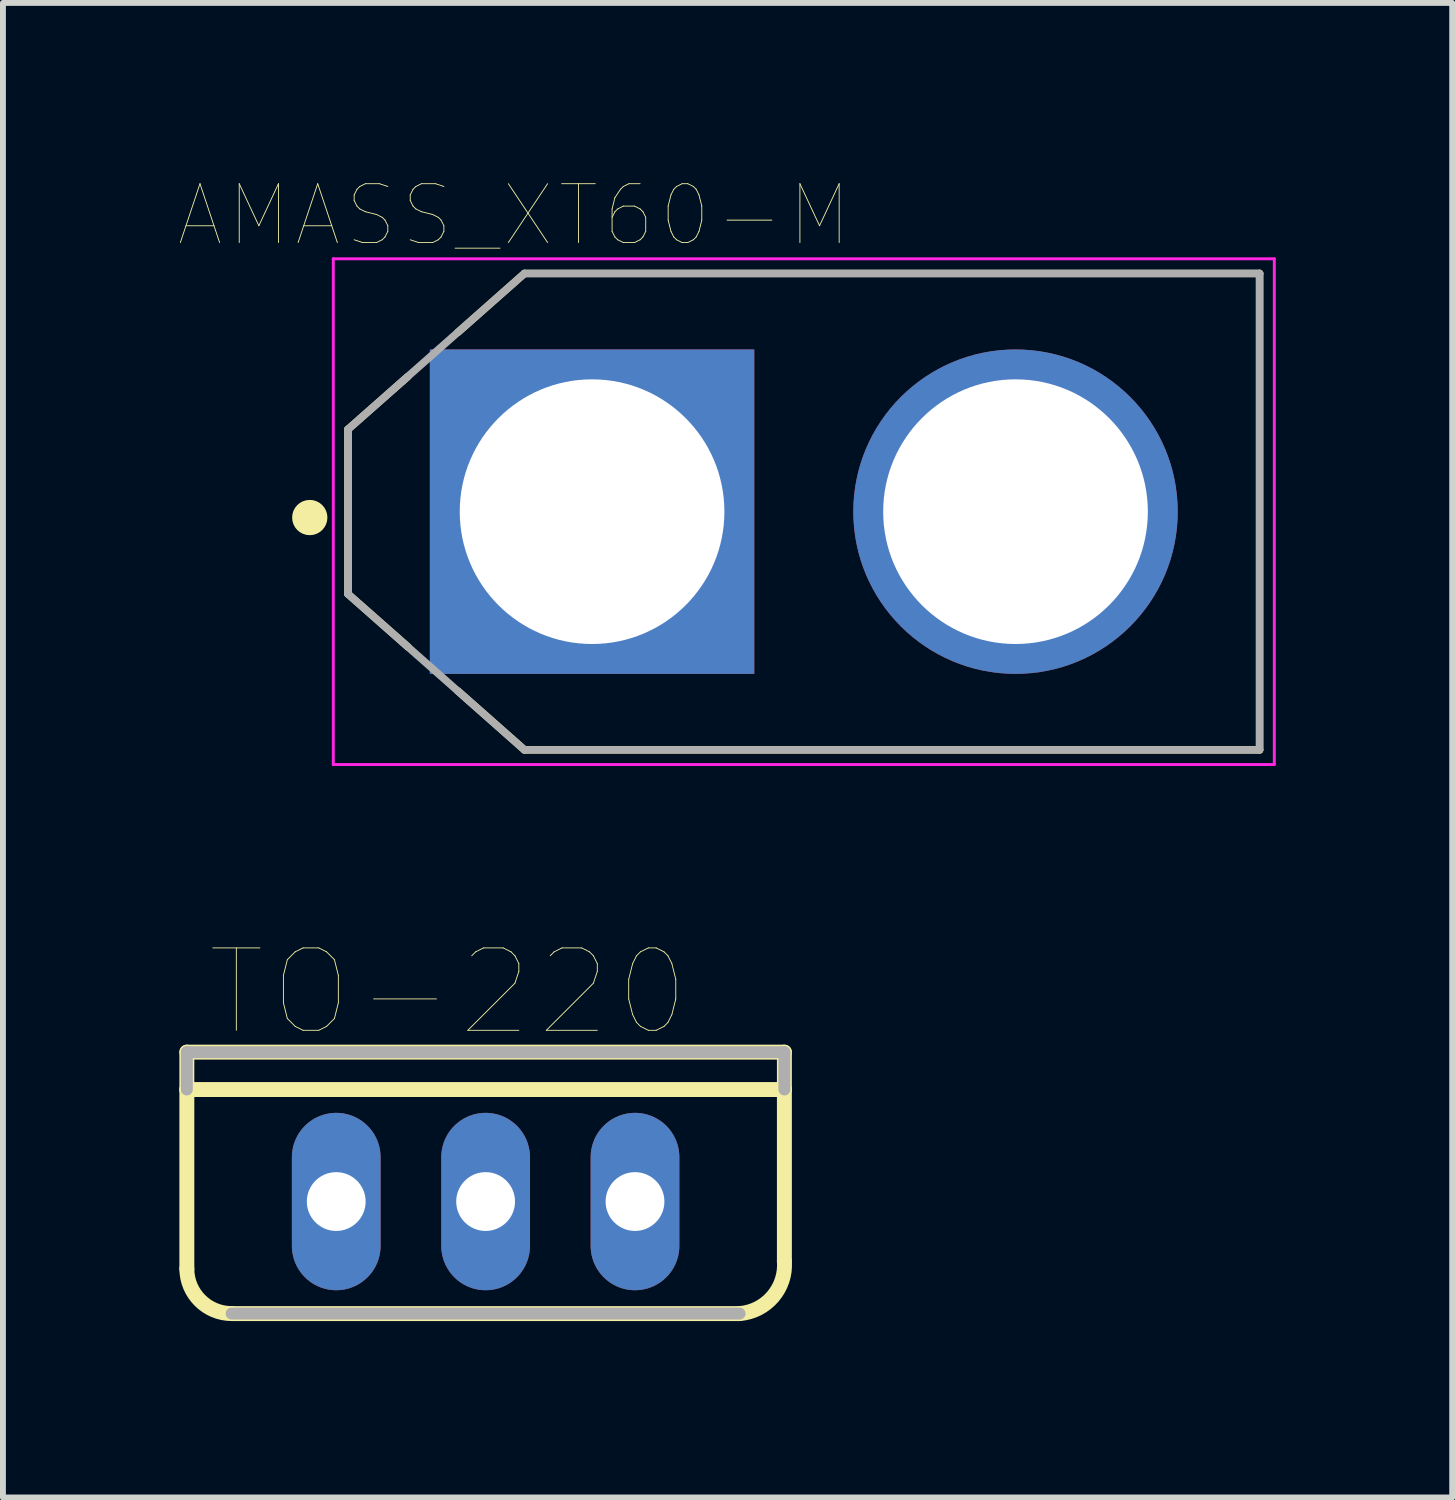
<source format=kicad_pcb>
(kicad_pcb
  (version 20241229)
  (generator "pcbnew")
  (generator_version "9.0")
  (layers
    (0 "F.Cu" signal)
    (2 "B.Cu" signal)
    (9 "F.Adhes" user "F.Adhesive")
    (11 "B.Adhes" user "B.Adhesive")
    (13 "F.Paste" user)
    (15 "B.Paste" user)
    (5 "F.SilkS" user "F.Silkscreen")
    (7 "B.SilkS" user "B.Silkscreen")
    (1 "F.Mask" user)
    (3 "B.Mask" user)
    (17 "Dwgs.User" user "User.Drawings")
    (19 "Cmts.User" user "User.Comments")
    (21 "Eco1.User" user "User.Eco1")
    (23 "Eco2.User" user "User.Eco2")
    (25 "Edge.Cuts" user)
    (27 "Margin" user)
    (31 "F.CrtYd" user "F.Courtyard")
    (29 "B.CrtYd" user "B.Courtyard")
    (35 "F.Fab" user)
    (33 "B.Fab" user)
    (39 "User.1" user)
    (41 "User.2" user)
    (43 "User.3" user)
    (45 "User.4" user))
  (footprint "AMASS_XT60-M"
    (layer "F.Cu")
    (at 10.617 5.65)
    (property "Reference" "AMASS_XT60-M" (at -4.928 -5.038 0) (layer "F.SilkS") (effects (font (size 1.001 1.001) (thickness 0.015))))
    (attr through_hole)
    (fp_line (start -7.75 -1.4) (end -6.73 -2.3) (stroke (width 0.127) (type solid)) (layer "F.SilkS"))
    (fp_line (start -7.75 1.4) (end -7.75 -1.4) (stroke (width 0.127) (type solid)) (layer "F.SilkS"))
    (fp_line (start -7.75 1.4) (end -6.73 2.3) (stroke (width 0.127) (type solid)) (layer "F.SilkS"))
    (fp_line (start -4.75 -4.05) (end -5.88 -3.05) (stroke (width 0.127) (type solid)) (layer "F.SilkS"))
    (fp_line (start -4.75 -4.05) (end 7.75 -4.05) (stroke (width 0.127) (type solid)) (layer "F.SilkS"))
    (fp_line (start -4.75 4.05) (end -5.88 3.05) (stroke (width 0.127) (type solid)) (layer "F.SilkS"))
    (fp_line (start 7.75 -4.05) (end 7.75 4.05) (stroke (width 0.127) (type solid)) (layer "F.SilkS"))
    (fp_line (start 7.75 4.05) (end -4.75 4.05) (stroke (width 0.127) (type solid)) (layer "F.SilkS"))
    (fp_circle (center -8.4 0.1) (end -8.25 0.1) (stroke (width 0.3) (type solid)) (fill no) (layer "F.SilkS"))
    (fp_line (start -8 -4.3) (end 8 -4.3) (stroke (width 0.05) (type solid)) (layer "F.CrtYd"))
    (fp_line (start -8 4.3) (end -8 -4.3) (stroke (width 0.05) (type solid)) (layer "F.CrtYd"))
    (fp_line (start 8 -4.3) (end 8 4.3) (stroke (width 0.05) (type solid)) (layer "F.CrtYd"))
    (fp_line (start 8 4.3) (end -8 4.3) (stroke (width 0.05) (type solid)) (layer "F.CrtYd"))
    (fp_line (start -7.75 1.4) (end -7.75 -1.4) (stroke (width 0.127) (type solid)) (layer "F.Fab"))
    (fp_line (start -4.75 -4.05) (end -7.75 -1.4) (stroke (width 0.127) (type solid)) (layer "F.Fab"))
    (fp_line (start -4.75 -4.05) (end 7.75 -4.05) (stroke (width 0.127) (type solid)) (layer "F.Fab"))
    (fp_line (start -4.75 4.05) (end -7.75 1.4) (stroke (width 0.127) (type solid)) (layer "F.Fab"))
    (fp_line (start 7.75 -4.05) (end 7.75 4.05) (stroke (width 0.127) (type solid)) (layer "F.Fab"))
    (fp_line (start 7.75 4.05) (end -4.75 4.05) (stroke (width 0.127) (type solid)) (layer "F.Fab"))
    (pad "1" thru_hole rect (at -3.6 0) (size 5.516 5.516) (drill 4.5) (layers "*.Cu" "*.Mask"))
    (pad "2" thru_hole circle (at 3.6 0) (size 5.516 5.516) (drill 4.5) (layers "*.Cu" "*.Mask")))
  (footprint "TO-220"
    (layer "F.Cu")
    (at 5.207 17.38)
    (property "Reference" "TO-220" (at -0.636 -3.559 0) (layer "F.SilkS") (effects (font (size 1.401 1.401) (thickness 0.015))))
    (attr through_hole)
    (fp_line (start -5.08 -2.54) (end 5.08 -2.54) (stroke (width 0.254) (type solid)) (layer "F.SilkS"))
    (fp_line (start -5.08 -1.905) (end -5.08 -2.54) (stroke (width 0.254) (type solid)) (layer "F.SilkS"))
    (fp_line (start -5.08 1.143) (end -5.08 -1.905) (stroke (width 0.254) (type solid)) (layer "F.SilkS"))
    (fp_line (start 4.318 1.905) (end -4.318 1.905) (stroke (width 0.254) (type solid)) (layer "F.SilkS"))
    (fp_line (start 5.08 -2.54) (end 5.08 -1.905) (stroke (width 0.254) (type solid)) (layer "F.SilkS"))
    (fp_line (start 5.08 -1.905) (end -5.08 -1.905) (stroke (width 0.254) (type solid)) (layer "F.SilkS"))
    (fp_line (start 5.08 -1.905) (end 5.08 1.016) (stroke (width 0.254) (type solid)) (layer "F.SilkS"))
    (fp_arc (start -4.318 1.905) (mid -4.856815 1.681815) (end -5.08 1.143) (stroke (width 0.254) (type solid)) (layer "F.SilkS"))
    (fp_arc (start 5.08 1.016) (mid 4.883118 1.618315) (end 4.318 1.905) (stroke (width 0.254) (type solid)) (layer "F.SilkS"))
    (fp_line (start -5.08 -2.54) (end 5.08 -2.54) (stroke (width 0.203) (type solid)) (layer "F.Fab"))
    (fp_line (start -5.08 -1.905) (end -5.08 -2.54) (stroke (width 0.203) (type solid)) (layer "F.Fab"))
    (fp_line (start -4.318 1.905) (end 4.318 1.905) (stroke (width 0.203) (type solid)) (layer "F.Fab"))
    (fp_line (start 5.08 -2.54) (end 5.08 -1.905) (stroke (width 0.203) (type solid)) (layer "F.Fab"))
    (pad "1" thru_hole oval (at -2.54 0) (size 1.508 3.016) (drill 1) (layers "*.Cu" "*.Mask"))
    (pad "2" thru_hole oval (at 0 0) (size 1.508 3.016) (drill 1) (layers "*.Cu" "*.Mask"))
    (pad "3" thru_hole oval (at 2.54 0) (size 1.508 3.016) (drill 1) (layers "*.Cu" "*.Mask")))
  (gr_rect
    (start -3 -3)
    (end 21.642 22.412)
    (stroke (width 0.1) (type default))
    (fill no)
    (layer "Edge.Cuts")))
</source>
